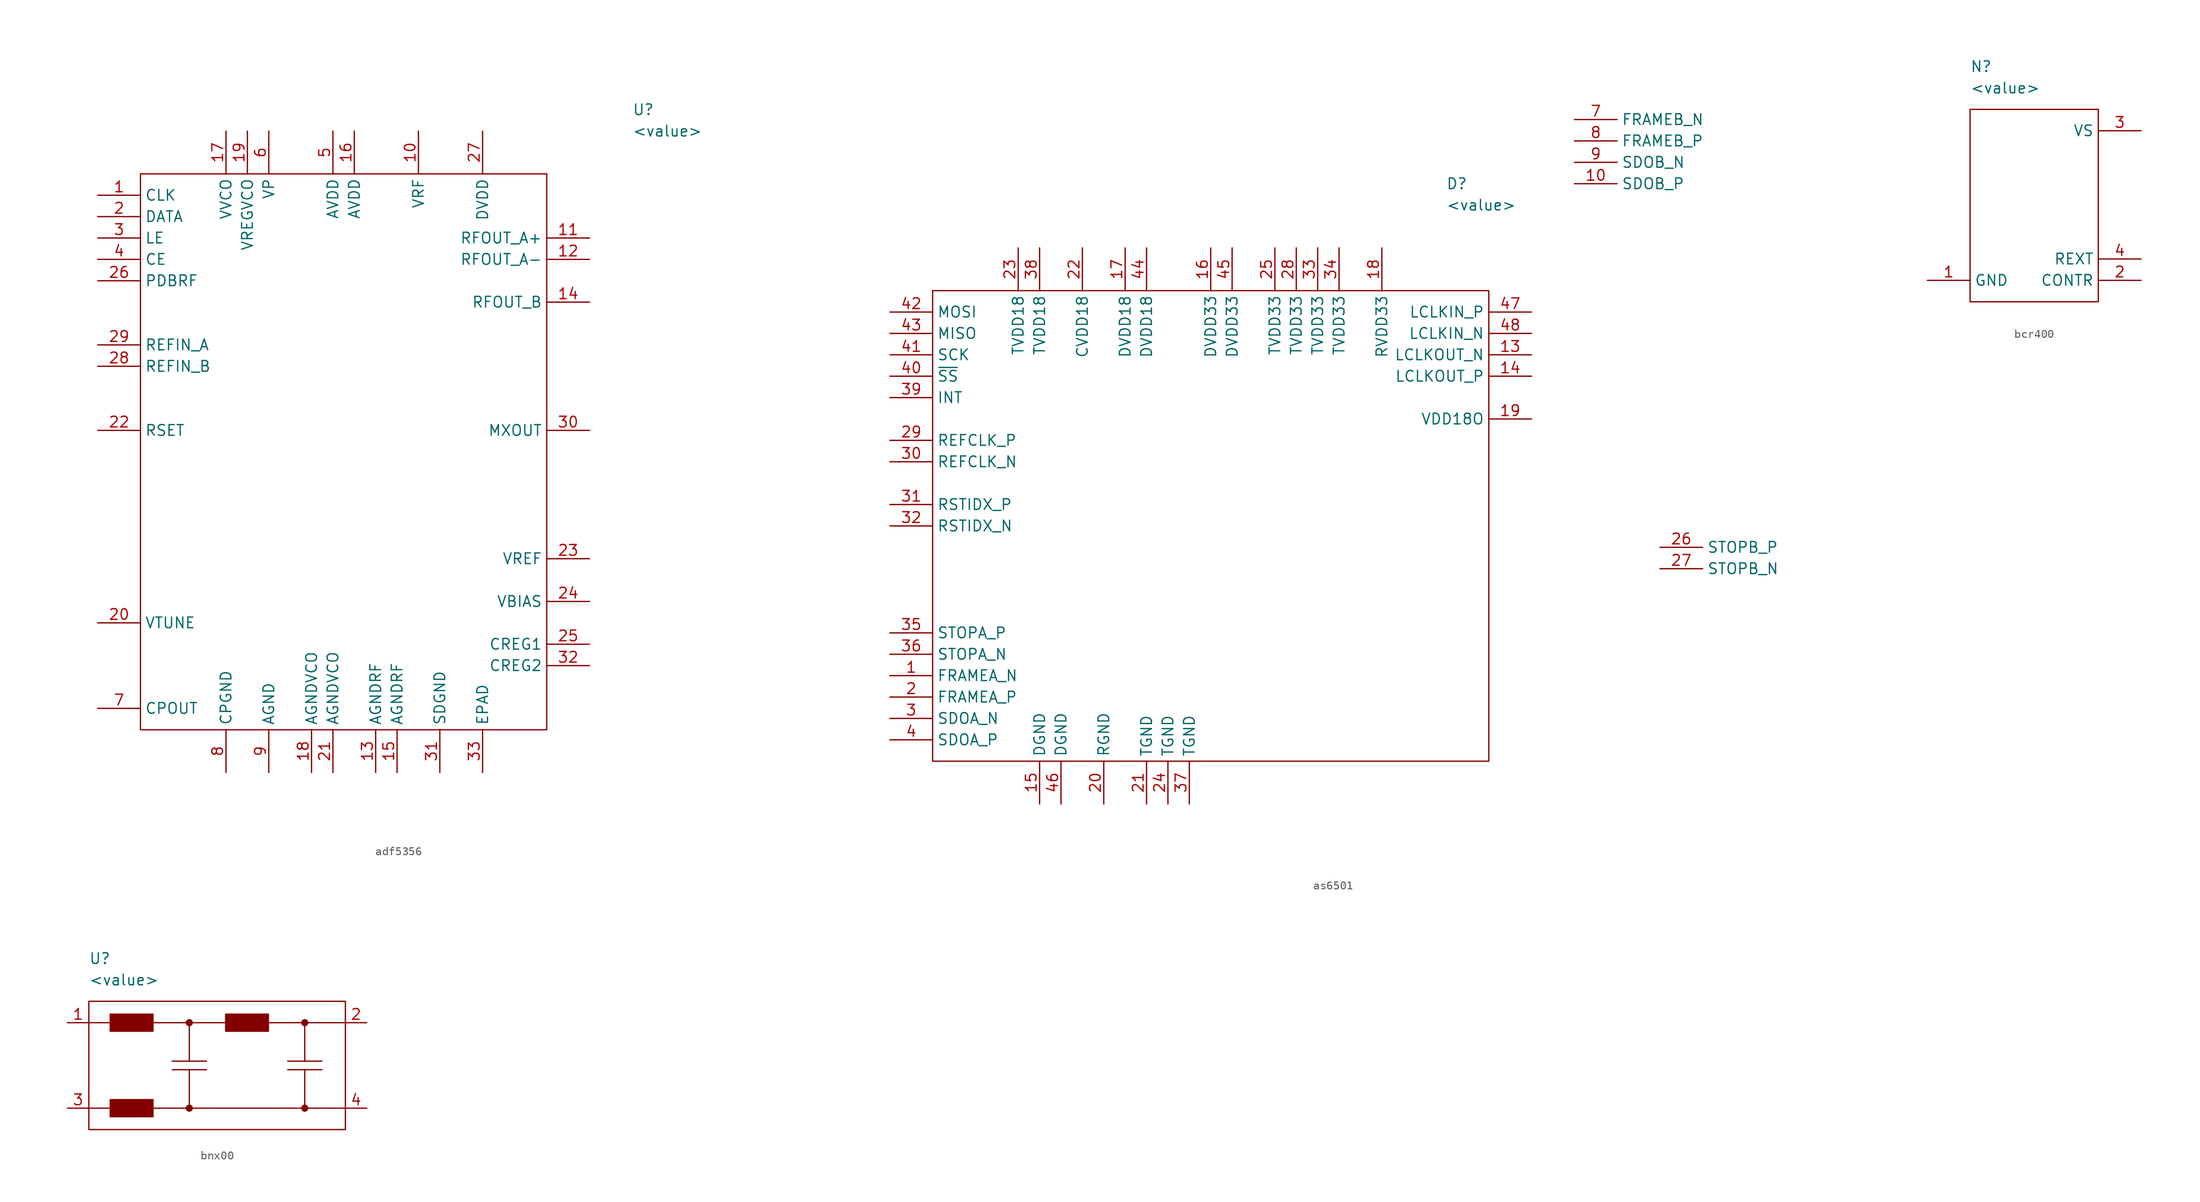
<source format=kicad_sym>
(kicad_symbol_lib
  (version 20231120)
  (generator "kicad_symbol_editor")
  (generator_version "8.0")
  (symbol "adf5356"
    (property "Reference" "U"
      (at 63.5 17.78 0)
      (effects (font (size 1.27 1.27)) (justify left)))
    (property "Value" "<value>"
      (at 63.5 15.24 0)
      (effects (font (size 1.27 1.27)) (justify left)))
    (symbol "adf5356_0_1"
      (rectangle (start 5.08 10.16) (end 53.34 -55.88) (stroke (width 0) (type default)) (fill (type none))))
    (symbol "adf5356_1_1"
      (pin input line (at 0 7.62 0) (length 5.08) (name "CLK" (effects (font (size 1.27 1.27)))) (number "1" (effects (font (size 1.27 1.27)))))
      (pin power_in line (at 38.1 15.24 270) (length 5.08) (name "VRF" (effects (font (size 1.27 1.27)))) (number "10" (effects (font (size 1.27 1.27)))))
      (pin output line (at 58.42 2.54 180) (length 5.08) (name "RFOUT_A+" (effects (font (size 1.27 1.27)))) (number "11" (effects (font (size 1.27 1.27)))))
      (pin output line (at 58.42 0 180) (length 5.08) (name "RFOUT_A-" (effects (font (size 1.27 1.27)))) (number "12" (effects (font (size 1.27 1.27)))))
      (pin power_in line (at 33.02 -60.96 90) (length 5.08) (name "AGNDRF" (effects (font (size 1.27 1.27)))) (number "13" (effects (font (size 1.27 1.27)))))
      (pin output line (at 58.42 -5.08 180) (length 5.08) (name "RFOUT_B" (effects (font (size 1.27 1.27)))) (number "14" (effects (font (size 1.27 1.27)))))
      (pin power_in line (at 35.56 -60.96 90) (length 5.08) (name "AGNDRF" (effects (font (size 1.27 1.27)))) (number "15" (effects (font (size 1.27 1.27)))))
      (pin power_in line (at 30.48 15.24 270) (length 5.08) (name "AVDD" (effects (font (size 1.27 1.27)))) (number "16" (effects (font (size 1.27 1.27)))))
      (pin power_in line (at 15.24 15.24 270) (length 5.08) (name "VVCO" (effects (font (size 1.27 1.27)))) (number "17" (effects (font (size 1.27 1.27)))))
      (pin power_in line (at 25.4 -60.96 90) (length 5.08) (name "AGNDVCO" (effects (font (size 1.27 1.27)))) (number "18" (effects (font (size 1.27 1.27)))))
      (pin passive line (at 17.78 15.24 270) (length 5.08) (name "VREGVCO" (effects (font (size 1.27 1.27)))) (number "19" (effects (font (size 1.27 1.27)))))
      (pin input line (at 0 5.08 0) (length 5.08) (name "DATA" (effects (font (size 1.27 1.27)))) (number "2" (effects (font (size 1.27 1.27)))))
      (pin input line (at 0 -43.18 0) (length 5.08) (name "VTUNE" (effects (font (size 1.27 1.27)))) (number "20" (effects (font (size 1.27 1.27)))))
      (pin power_in line (at 27.94 -60.96 90) (length 5.08) (name "AGNDVCO" (effects (font (size 1.27 1.27)))) (number "21" (effects (font (size 1.27 1.27)))))
      (pin input line (at 0 -20.32 0) (length 5.08) (name "RSET" (effects (font (size 1.27 1.27)))) (number "22" (effects (font (size 1.27 1.27)))))
      (pin passive line (at 58.42 -35.56 180) (length 5.08) (name "VREF" (effects (font (size 1.27 1.27)))) (number "23" (effects (font (size 1.27 1.27)))))
      (pin passive line (at 58.42 -40.64 180) (length 5.08) (name "VBIAS" (effects (font (size 1.27 1.27)))) (number "24" (effects (font (size 1.27 1.27)))))
      (pin passive line (at 58.42 -45.72 180) (length 5.08) (name "CREG1" (effects (font (size 1.27 1.27)))) (number "25" (effects (font (size 1.27 1.27)))))
      (pin input line (at 0 -2.54 0) (length 5.08) (name "PDBRF" (effects (font (size 1.27 1.27)))) (number "26" (effects (font (size 1.27 1.27)))))
      (pin power_in line (at 45.72 15.24 270) (length 5.08) (name "DVDD" (effects (font (size 1.27 1.27)))) (number "27" (effects (font (size 1.27 1.27)))))
      (pin input line (at 0 -12.7 0) (length 5.08) (name "REFIN_B" (effects (font (size 1.27 1.27)))) (number "28" (effects (font (size 1.27 1.27)))))
      (pin input line (at 0 -10.16 0) (length 5.08) (name "REFIN_A" (effects (font (size 1.27 1.27)))) (number "29" (effects (font (size 1.27 1.27)))))
      (pin input line (at 0 2.54 0) (length 5.08) (name "LE" (effects (font (size 1.27 1.27)))) (number "3" (effects (font (size 1.27 1.27)))))
      (pin output line (at 58.42 -20.32 180) (length 5.08) (name "MXOUT" (effects (font (size 1.27 1.27)))) (number "30" (effects (font (size 1.27 1.27)))))
      (pin power_in line (at 40.64 -60.96 90) (length 5.08) (name "SDGND" (effects (font (size 1.27 1.27)))) (number "31" (effects (font (size 1.27 1.27)))))
      (pin passive line (at 58.42 -48.26 180) (length 5.08) (name "CREG2" (effects (font (size 1.27 1.27)))) (number "32" (effects (font (size 1.27 1.27)))))
      (pin power_in line (at 45.72 -60.96 90) (length 5.08) (name "EPAD" (effects (font (size 1.27 1.27)))) (number "33" (effects (font (size 1.27 1.27)))))
      (pin input line (at 0 0 0) (length 5.08) (name "CE" (effects (font (size 1.27 1.27)))) (number "4" (effects (font (size 1.27 1.27)))))
      (pin power_in line (at 27.94 15.24 270) (length 5.08) (name "AVDD" (effects (font (size 1.27 1.27)))) (number "5" (effects (font (size 1.27 1.27)))))
      (pin power_in line (at 20.32 15.24 270) (length 5.08) (name "VP" (effects (font (size 1.27 1.27)))) (number "6" (effects (font (size 1.27 1.27)))))
      (pin output line (at 0 -53.34 0) (length 5.08) (name "CPOUT" (effects (font (size 1.27 1.27)))) (number "7" (effects (font (size 1.27 1.27)))))
      (pin power_in line (at 15.24 -60.96 90) (length 5.08) (name "CPGND" (effects (font (size 1.27 1.27)))) (number "8" (effects (font (size 1.27 1.27)))))
      (pin power_in line (at 20.32 -60.96 90) (length 5.08) (name "AGND" (effects (font (size 1.27 1.27)))) (number "9" (effects (font (size 1.27 1.27)))))))
  (symbol "as6501"
    (property "Reference" "D"
      (at 66.04 12.7 0)
      (effects (font (size 1.27 1.27)) (justify left)))
    (property "Value" "<value>"
      (at 66.04 10.16 0)
      (effects (font (size 1.27 1.27)) (justify left)))
    (symbol "as6501_0_1"
      (rectangle (start 5.08 0) (end 71.12 -55.88) (stroke (width 0) (type default)) (fill (type none))))
    (symbol "as6501_1_1"
      (pin output line (at 0 -45.72 0) (length 5.08) (name "FRAMEA_N" (effects (font (size 1.27 1.27)))) (number "1" (effects (font (size 1.27 1.27)))))
      (pin output line (at 81.28 12.7 0) (length 5.08) (name "SDOB_P" (effects (font (size 1.27 1.27)))) (number "10" (effects (font (size 1.27 1.27)))))
      (pin output line (at 76.2 -7.62 180) (length 5.08) (name "LCLKOUT_N" (effects (font (size 1.27 1.27)))) (number "13" (effects (font (size 1.27 1.27)))))
      (pin output line (at 76.2 -10.16 180) (length 5.08) (name "LCLKOUT_P" (effects (font (size 1.27 1.27)))) (number "14" (effects (font (size 1.27 1.27)))))
      (pin power_in line (at 17.78 -60.96 90) (length 5.08) (name "DGND" (effects (font (size 1.27 1.27)))) (number "15" (effects (font (size 1.27 1.27)))))
      (pin power_in line (at 38.1 5.08 270) (length 5.08) (name "DVDD33" (effects (font (size 1.27 1.27)))) (number "16" (effects (font (size 1.27 1.27)))))
      (pin power_in line (at 27.94 5.08 270) (length 5.08) (name "DVDD18" (effects (font (size 1.27 1.27)))) (number "17" (effects (font (size 1.27 1.27)))))
      (pin power_in line (at 58.42 5.08 270) (length 5.08) (name "RVDD33" (effects (font (size 1.27 1.27)))) (number "18" (effects (font (size 1.27 1.27)))))
      (pin power_out line (at 76.2 -15.24 180) (length 5.08) (name "VDD18O" (effects (font (size 1.27 1.27)))) (number "19" (effects (font (size 1.27 1.27)))))
      (pin output line (at 0 -48.26 0) (length 5.08) (name "FRAMEA_P" (effects (font (size 1.27 1.27)))) (number "2" (effects (font (size 1.27 1.27)))))
      (pin power_in line (at 25.4 -60.96 90) (length 5.08) (name "RGND" (effects (font (size 1.27 1.27)))) (number "20" (effects (font (size 1.27 1.27)))))
      (pin power_in line (at 30.48 -60.96 90) (length 5.08) (name "TGND" (effects (font (size 1.27 1.27)))) (number "21" (effects (font (size 1.27 1.27)))))
      (pin power_in line (at 22.86 5.08 270) (length 5.08) (name "CVDD18" (effects (font (size 1.27 1.27)))) (number "22" (effects (font (size 1.27 1.27)))))
      (pin power_in line (at 15.24 5.08 270) (length 5.08) (name "TVDD18" (effects (font (size 1.27 1.27)))) (number "23" (effects (font (size 1.27 1.27)))))
      (pin power_in line (at 33.02 -60.96 90) (length 5.08) (name "TGND" (effects (font (size 1.27 1.27)))) (number "24" (effects (font (size 1.27 1.27)))))
      (pin power_in line (at 45.72 5.08 270) (length 5.08) (name "TVDD33" (effects (font (size 1.27 1.27)))) (number "25" (effects (font (size 1.27 1.27)))))
      (pin input line (at 91.44 -30.48 0) (length 5.08) (name "STOPB_P" (effects (font (size 1.27 1.27)))) (number "26" (effects (font (size 1.27 1.27)))))
      (pin input line (at 91.44 -33.02 0) (length 5.08) (name "STOPB_N" (effects (font (size 1.27 1.27)))) (number "27" (effects (font (size 1.27 1.27)))))
      (pin power_in line (at 48.26 5.08 270) (length 5.08) (name "TVDD33" (effects (font (size 1.27 1.27)))) (number "28" (effects (font (size 1.27 1.27)))))
      (pin input line (at 0 -17.78 0) (length 5.08) (name "REFCLK_P" (effects (font (size 1.27 1.27)))) (number "29" (effects (font (size 1.27 1.27)))))
      (pin output line (at 0 -50.8 0) (length 5.08) (name "SDOA_N" (effects (font (size 1.27 1.27)))) (number "3" (effects (font (size 1.27 1.27)))))
      (pin input line (at 0 -20.32 0) (length 5.08) (name "REFCLK_N" (effects (font (size 1.27 1.27)))) (number "30" (effects (font (size 1.27 1.27)))))
      (pin input line (at 0 -25.4 0) (length 5.08) (name "RSTIDX_P" (effects (font (size 1.27 1.27)))) (number "31" (effects (font (size 1.27 1.27)))))
      (pin input line (at 0 -27.94 0) (length 5.08) (name "RSTIDX_N" (effects (font (size 1.27 1.27)))) (number "32" (effects (font (size 1.27 1.27)))))
      (pin power_in line (at 50.8 5.08 270) (length 5.08) (name "TVDD33" (effects (font (size 1.27 1.27)))) (number "33" (effects (font (size 1.27 1.27)))))
      (pin power_in line (at 53.34 5.08 270) (length 5.08) (name "TVDD33" (effects (font (size 1.27 1.27)))) (number "34" (effects (font (size 1.27 1.27)))))
      (pin input line (at 0 -40.64 0) (length 5.08) (name "STOPA_P" (effects (font (size 1.27 1.27)))) (number "35" (effects (font (size 1.27 1.27)))))
      (pin input line (at 0 -43.18 0) (length 5.08) (name "STOPA_N" (effects (font (size 1.27 1.27)))) (number "36" (effects (font (size 1.27 1.27)))))
      (pin power_in line (at 35.56 -60.96 90) (length 5.08) (name "TGND" (effects (font (size 1.27 1.27)))) (number "37" (effects (font (size 1.27 1.27)))))
      (pin power_in line (at 17.78 5.08 270) (length 5.08) (name "TVDD18" (effects (font (size 1.27 1.27)))) (number "38" (effects (font (size 1.27 1.27)))))
      (pin output line (at 0 -12.7 0) (length 5.08) (name "INT" (effects (font (size 1.27 1.27)))) (number "39" (effects (font (size 1.27 1.27)))))
      (pin output line (at 0 -53.34 0) (length 5.08) (name "SDOA_P" (effects (font (size 1.27 1.27)))) (number "4" (effects (font (size 1.27 1.27)))))
      (pin input line (at 0 -10.16 0) (length 5.08) (name "~{SS}" (effects (font (size 1.27 1.27)))) (number "40" (effects (font (size 1.27 1.27)))))
      (pin input line (at 0 -7.62 0) (length 5.08) (name "SCK" (effects (font (size 1.27 1.27)))) (number "41" (effects (font (size 1.27 1.27)))))
      (pin input line (at 0 -2.54 0) (length 5.08) (name "MOSI" (effects (font (size 1.27 1.27)))) (number "42" (effects (font (size 1.27 1.27)))))
      (pin input line (at 0 -5.08 0) (length 5.08) (name "MISO" (effects (font (size 1.27 1.27)))) (number "43" (effects (font (size 1.27 1.27)))))
      (pin power_in line (at 30.48 5.08 270) (length 5.08) (name "DVDD18" (effects (font (size 1.27 1.27)))) (number "44" (effects (font (size 1.27 1.27)))))
      (pin power_in line (at 40.64 5.08 270) (length 5.08) (name "DVDD33" (effects (font (size 1.27 1.27)))) (number "45" (effects (font (size 1.27 1.27)))))
      (pin power_in line (at 20.32 -60.96 90) (length 5.08) (name "DGND" (effects (font (size 1.27 1.27)))) (number "46" (effects (font (size 1.27 1.27)))))
      (pin input line (at 76.2 -2.54 180) (length 5.08) (name "LCLKIN_P" (effects (font (size 1.27 1.27)))) (number "47" (effects (font (size 1.27 1.27)))))
      (pin input line (at 76.2 -5.08 180) (length 5.08) (name "LCLKIN_N" (effects (font (size 1.27 1.27)))) (number "48" (effects (font (size 1.27 1.27)))))
      (pin output line (at 81.28 20.32 0) (length 5.08) (name "FRAMEB_N" (effects (font (size 1.27 1.27)))) (number "7" (effects (font (size 1.27 1.27)))))
      (pin output line (at 81.28 17.78 0) (length 5.08) (name "FRAMEB_P" (effects (font (size 1.27 1.27)))) (number "8" (effects (font (size 1.27 1.27)))))
      (pin output line (at 81.28 15.24 0) (length 5.08) (name "SDOB_N" (effects (font (size 1.27 1.27)))) (number "9" (effects (font (size 1.27 1.27)))))))
  (symbol "bcr400"
    (property "Reference" "N"
      (at 5.08 5.08 0)
      (effects (font (size 1.27 1.27)) (justify left)))
    (property "Value" "<value>"
      (at 5.08 2.54 0)
      (effects (font (size 1.27 1.27)) (justify left)))
    (symbol "bcr400_0_1"
      (rectangle (start 5.08 0) (end 20.32 -22.86) (stroke (width 0) (type default)) (fill (type none))))
    (symbol "bcr400_1_1"
      (pin power_in line (at 0 -20.32 0) (length 5.08) (name "GND" (effects (font (size 1.27 1.27)))) (number "1" (effects (font (size 1.27 1.27)))))
      (pin passive line (at 25.4 -20.32 180) (length 5.08) (name "CONTR" (effects (font (size 1.27 1.27)))) (number "2" (effects (font (size 1.27 1.27)))))
      (pin power_in line (at 25.4 -2.54 180) (length 5.08) (name "VS" (effects (font (size 1.27 1.27)))) (number "3" (effects (font (size 1.27 1.27)))))
      (pin passive line (at 25.4 -17.78 180) (length 5.08) (name "REXT" (effects (font (size 1.27 1.27)))) (number "4" (effects (font (size 1.27 1.27)))))))
  (symbol "bnx00"
    (property "Reference" "U"
      (at -7.62 12.7 0)
      (effects (font (size 1.27 1.27)) (justify left)))
    (property "Value" "<value>"
      (at -7.62 10.16 0)
      (effects (font (size 1.27 1.27)) (justify left)))
    (symbol "bnx00_0_1"
      (rectangle (start -7.62 7.62) (end 22.86 -7.62) (stroke (width 0) (type default)) (fill (type none)))
      (polyline (pts (xy 4.318 5.08) (xy 8.636 5.08)) (stroke (width 0) (type default)) (fill (type none)))
      (polyline (pts (xy 6.35 -0.508) (xy 2.286 -0.508)) (stroke (width 0) (type default)) (fill (type none)))
      (polyline (pts (xy 6.35 0.508) (xy 2.286 0.508)) (stroke (width 0) (type default)) (fill (type none)))
      (polyline (pts (xy 18.034 -5.08) (xy 22.86 -5.08)) (stroke (width 0) (type default)) (fill (type none)))
      (polyline (pts (xy 18.034 5.08) (xy 22.86 5.08)) (stroke (width 0) (type default)) (fill (type none)))
      (polyline (pts (xy 20.066 -0.508) (xy 16.002 -0.508)) (stroke (width 0) (type default)) (fill (type none)))
      (polyline (pts (xy 20.066 0.508) (xy 16.002 0.508)) (stroke (width 0) (type default)) (fill (type none)))
      (polyline (pts (xy -7.62 -5.08) (xy 4.318 -5.08) (xy 4.318 -0.508)) (stroke (width 0) (type default)) (fill (type none)))
      (polyline (pts (xy -7.62 5.08) (xy 4.318 5.08) (xy 4.318 0.508)) (stroke (width 0) (type default)) (fill (type none)))
      (polyline (pts (xy 4.318 -5.08) (xy 18.034 -5.08) (xy 18.034 -0.508)) (stroke (width 0) (type default)) (fill (type none)))
      (polyline (pts (xy 13.716 5.08) (xy 18.034 5.08) (xy 18.034 0.508)) (stroke (width 0) (type default)) (fill (type none)))
      (circle (center 4.318 -5.08) (radius 0.35) (stroke (width 0) (type default)) (fill (type outline)))
      (circle (center 4.318 5.08) (radius 0.35) (stroke (width 0) (type default)) (fill (type outline)))
      (circle (center 18.034 -5.08) (radius 0.35) (stroke (width 0) (type default)) (fill (type outline)))
      (circle (center 18.034 5.08) (radius 0.35) (stroke (width 0) (type default)) (fill (type outline))))
    (symbol "bnx00_1_1"
      (rectangle (start -5.08 -4.064) (end 0 -6.096) (stroke (width 0) (type default)) (fill (type outline)))
      (rectangle (start -5.08 6.096) (end 0 4.064) (stroke (width 0) (type default)) (fill (type outline)))
      (rectangle (start 8.636 6.096) (end 13.716 4.064) (stroke (width 0) (type default)) (fill (type outline)))
      (pin power_in line (at -10.16 5.08 0) (length 2.54) (name "" (effects (font (size 1.27 1.27)))) (number "1" (effects (font (size 1.27 1.27)))))
      (pin power_out line (at 25.4 5.08 180) (length 2.54) (name "" (effects (font (size 1.27 1.27)))) (number "2" (effects (font (size 1.27 1.27)))))
      (pin power_in line (at -10.16 -5.08 0) (length 2.54) (name "" (effects (font (size 1.27 1.27)))) (number "3" (effects (font (size 1.27 1.27)))))
      (pin power_out line (at 25.4 -5.08 180) (length 2.54) (name "" (effects (font (size 1.27 1.27)))) (number "4" (effects (font (size 1.27 1.27))))))))
</source>
